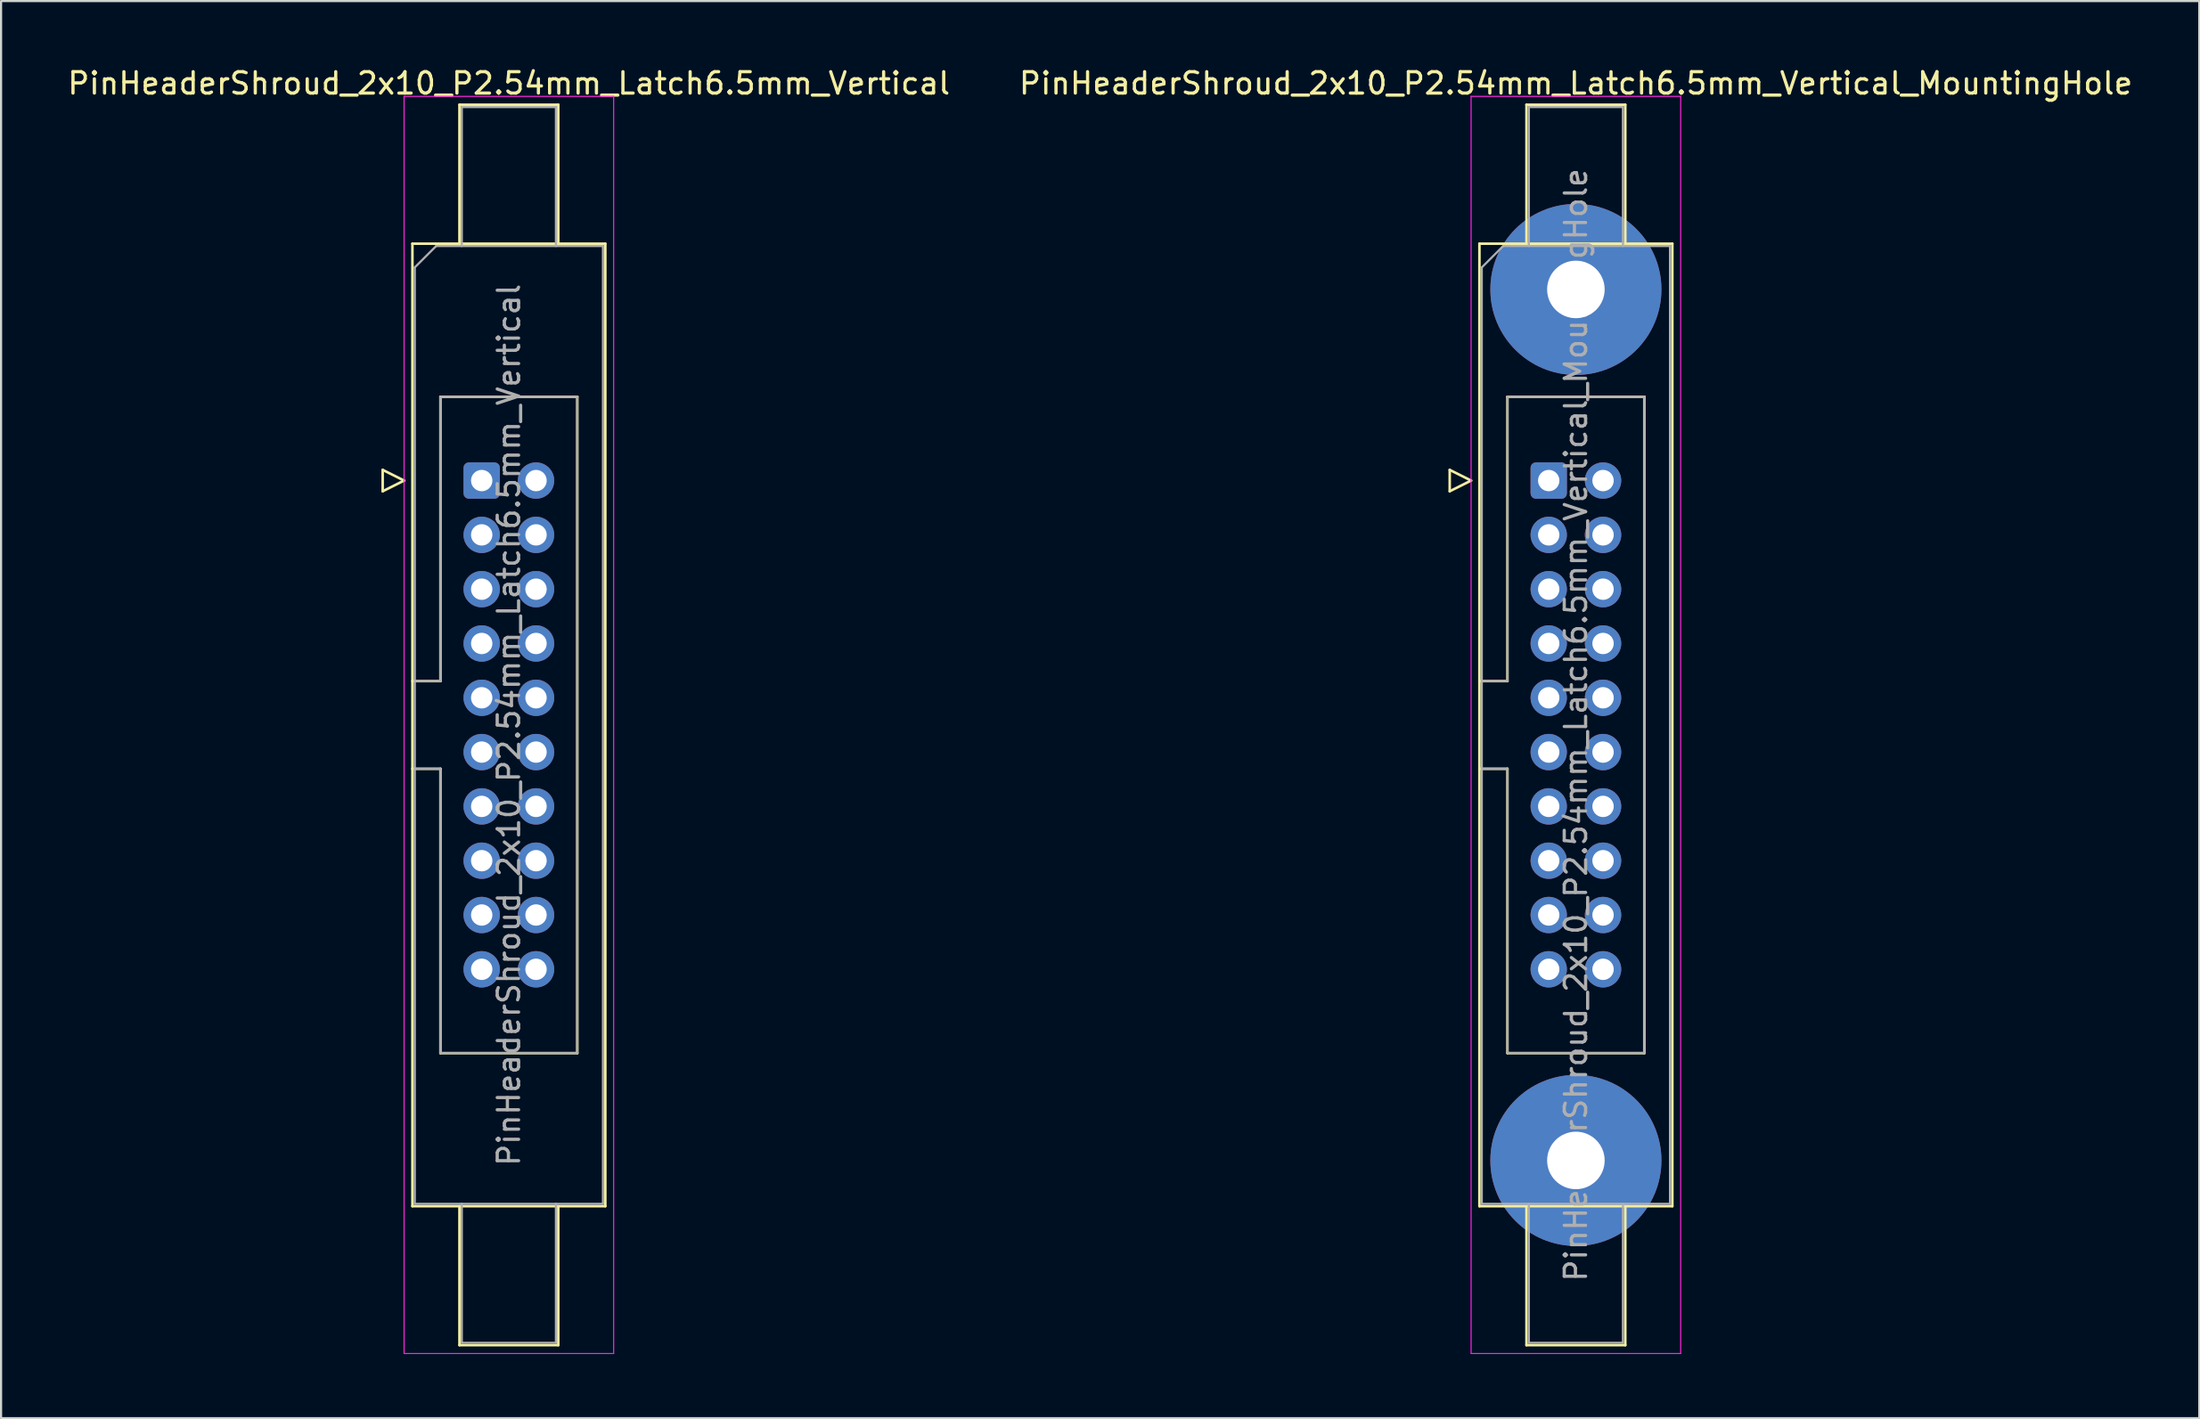
<source format=kicad_pcb>
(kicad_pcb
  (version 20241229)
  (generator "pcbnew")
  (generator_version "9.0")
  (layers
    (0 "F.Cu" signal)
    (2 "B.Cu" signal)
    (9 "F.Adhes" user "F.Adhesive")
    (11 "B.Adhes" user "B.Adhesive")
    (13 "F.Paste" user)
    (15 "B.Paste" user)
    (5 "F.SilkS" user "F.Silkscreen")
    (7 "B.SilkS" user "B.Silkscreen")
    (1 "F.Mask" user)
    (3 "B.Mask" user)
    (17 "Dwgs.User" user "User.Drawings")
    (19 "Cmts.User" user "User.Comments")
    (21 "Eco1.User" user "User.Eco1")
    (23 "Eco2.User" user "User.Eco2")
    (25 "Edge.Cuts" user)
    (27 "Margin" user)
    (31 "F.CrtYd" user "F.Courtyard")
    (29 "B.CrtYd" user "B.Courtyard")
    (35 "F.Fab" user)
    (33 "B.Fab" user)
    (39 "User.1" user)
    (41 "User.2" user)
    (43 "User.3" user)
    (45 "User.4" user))
  (footprint "PinHeaderShroud_2x10_P2.54mm_Latch6.5mm_Vertical_MountingHole"
    (layer "F.Cu")
    (at 69.367 19.428)
    (property "Reference" "PinHeaderShroud_2x10_P2.54mm_Latch6.5mm_Vertical_MountingHole" (at 1.27 -18.58 0) (layer "F.SilkS") (effects (font (size 1 1) (thickness 0.15))))
    (attr through_hole)
    (fp_line (start -4.63 -0.5) (end -4.63 0.5) (stroke (width 0.12) (type solid)) (layer "F.SilkS"))
    (fp_line (start -4.63 0.5) (end -3.63 0) (stroke (width 0.12) (type solid)) (layer "F.SilkS"))
    (fp_line (start -3.63 0) (end -4.63 -0.5) (stroke (width 0.12) (type solid)) (layer "F.SilkS"))
    (fp_line (start -3.24 -11.08) (end 5.78 -11.08) (stroke (width 0.12) (type solid)) (layer "F.SilkS"))
    (fp_line (start -3.24 9.38) (end -1.93 9.38) (stroke (width 0.12) (type solid)) (layer "F.SilkS"))
    (fp_line (start -3.24 13.48) (end -1.93 13.48) (stroke (width 0.12) (type solid)) (layer "F.SilkS"))
    (fp_line (start -3.24 33.94) (end -3.24 -11.08) (stroke (width 0.12) (type solid)) (layer "F.SilkS"))
    (fp_line (start -1.93 -3.92) (end 4.47 -3.92) (stroke (width 0.12) (type solid)) (layer "F.SilkS"))
    (fp_line (start -1.93 9.38) (end -1.93 -3.92) (stroke (width 0.12) (type solid)) (layer "F.SilkS"))
    (fp_line (start -1.93 26.78) (end -1.93 13.48) (stroke (width 0.12) (type solid)) (layer "F.SilkS"))
    (fp_line (start -1.04 -17.58) (end 3.58 -17.58) (stroke (width 0.12) (type solid)) (layer "F.SilkS"))
    (fp_line (start -1.04 -11.08) (end -1.04 -17.58) (stroke (width 0.12) (type solid)) (layer "F.SilkS"))
    (fp_line (start -1.04 33.94) (end -1.04 40.44) (stroke (width 0.12) (type solid)) (layer "F.SilkS"))
    (fp_line (start -1.04 40.44) (end 3.58 40.44) (stroke (width 0.12) (type solid)) (layer "F.SilkS"))
    (fp_line (start 3.58 -17.58) (end 3.58 -11.08) (stroke (width 0.12) (type solid)) (layer "F.SilkS"))
    (fp_line (start 3.58 40.44) (end 3.58 33.94) (stroke (width 0.12) (type solid)) (layer "F.SilkS"))
    (fp_line (start 4.47 -3.92) (end 4.47 26.78) (stroke (width 0.12) (type solid)) (layer "F.SilkS"))
    (fp_line (start 4.47 26.78) (end -1.93 26.78) (stroke (width 0.12) (type solid)) (layer "F.SilkS"))
    (fp_line (start 5.78 -11.08) (end 5.78 33.94) (stroke (width 0.12) (type solid)) (layer "F.SilkS"))
    (fp_line (start 5.78 33.94) (end -3.24 33.94) (stroke (width 0.12) (type solid)) (layer "F.SilkS"))
    (fp_line (start -3.63 -17.97) (end -3.63 40.83) (stroke (width 0.05) (type solid)) (layer "F.CrtYd"))
    (fp_line (start -3.63 40.83) (end 6.17 40.83) (stroke (width 0.05) (type solid)) (layer "F.CrtYd"))
    (fp_line (start 6.17 -17.97) (end -3.63 -17.97) (stroke (width 0.05) (type solid)) (layer "F.CrtYd"))
    (fp_line (start 6.17 40.83) (end 6.17 -17.97) (stroke (width 0.05) (type solid)) (layer "F.CrtYd"))
    (fp_line (start -3.13 -9.97) (end -2.13 -10.97) (stroke (width 0.1) (type solid)) (layer "F.Fab"))
    (fp_line (start -3.13 9.38) (end -1.93 9.38) (stroke (width 0.1) (type solid)) (layer "F.Fab"))
    (fp_line (start -3.13 13.48) (end -1.93 13.48) (stroke (width 0.1) (type solid)) (layer "F.Fab"))
    (fp_line (start -3.13 33.83) (end -3.13 -9.97) (stroke (width 0.1) (type solid)) (layer "F.Fab"))
    (fp_line (start -2.13 -10.97) (end 5.67 -10.97) (stroke (width 0.1) (type solid)) (layer "F.Fab"))
    (fp_line (start -1.93 -3.92) (end 4.47 -3.92) (stroke (width 0.1) (type solid)) (layer "F.Fab"))
    (fp_line (start -1.93 9.38) (end -1.93 -3.92) (stroke (width 0.1) (type solid)) (layer "F.Fab"))
    (fp_line (start -1.93 26.78) (end -1.93 13.48) (stroke (width 0.1) (type solid)) (layer "F.Fab"))
    (fp_line (start -0.93 -17.47) (end 3.47 -17.47) (stroke (width 0.1) (type solid)) (layer "F.Fab"))
    (fp_line (start -0.93 -10.97) (end -0.93 -17.47) (stroke (width 0.1) (type solid)) (layer "F.Fab"))
    (fp_line (start -0.93 33.83) (end -0.93 40.33) (stroke (width 0.1) (type solid)) (layer "F.Fab"))
    (fp_line (start -0.93 40.33) (end 3.47 40.33) (stroke (width 0.1) (type solid)) (layer "F.Fab"))
    (fp_line (start 3.47 -17.47) (end 3.47 -10.97) (stroke (width 0.1) (type solid)) (layer "F.Fab"))
    (fp_line (start 3.47 40.33) (end 3.47 33.83) (stroke (width 0.1) (type solid)) (layer "F.Fab"))
    (fp_line (start 4.47 -3.92) (end 4.47 26.78) (stroke (width 0.1) (type solid)) (layer "F.Fab"))
    (fp_line (start 4.47 26.78) (end -1.93 26.78) (stroke (width 0.1) (type solid)) (layer "F.Fab"))
    (fp_line (start 5.67 -10.97) (end 5.67 33.83) (stroke (width 0.1) (type solid)) (layer "F.Fab"))
    (fp_line (start 5.67 33.83) (end -3.13 33.83) (stroke (width 0.1) (type solid)) (layer "F.Fab"))
    (fp_text user "${REFERENCE}" (at 1.27 11.43 90) (layer "F.Fab") (effects (font (size 1 1) (thickness 0.15))))
    (pad "" thru_hole circle (at 1.27 -8.94) (size 8 8) (drill 2.69) (layers "*.Cu" "*.Mask"))
    (pad "" thru_hole circle (at 1.27 31.8) (size 8 8) (drill 2.69) (layers "*.Cu" "*.Mask"))
    (pad "1" thru_hole roundrect (at 0 0) (size 1.7 1.7) (drill 1) (layers "*.Cu" "*.Mask") (roundrect_rratio 0.147))
    (pad "2" thru_hole circle (at 2.54 0) (size 1.7 1.7) (drill 1) (layers "*.Cu" "*.Mask"))
    (pad "3" thru_hole circle (at 0 2.54) (size 1.7 1.7) (drill 1) (layers "*.Cu" "*.Mask"))
    (pad "4" thru_hole circle (at 2.54 2.54) (size 1.7 1.7) (drill 1) (layers "*.Cu" "*.Mask"))
    (pad "5" thru_hole circle (at 0 5.08) (size 1.7 1.7) (drill 1) (layers "*.Cu" "*.Mask"))
    (pad "6" thru_hole circle (at 2.54 5.08) (size 1.7 1.7) (drill 1) (layers "*.Cu" "*.Mask"))
    (pad "7" thru_hole circle (at 0 7.62) (size 1.7 1.7) (drill 1) (layers "*.Cu" "*.Mask"))
    (pad "8" thru_hole circle (at 2.54 7.62) (size 1.7 1.7) (drill 1) (layers "*.Cu" "*.Mask"))
    (pad "9" thru_hole circle (at 0 10.16) (size 1.7 1.7) (drill 1) (layers "*.Cu" "*.Mask"))
    (pad "10" thru_hole circle (at 2.54 10.16) (size 1.7 1.7) (drill 1) (layers "*.Cu" "*.Mask"))
    (pad "11" thru_hole circle (at 0 12.7) (size 1.7 1.7) (drill 1) (layers "*.Cu" "*.Mask"))
    (pad "12" thru_hole circle (at 2.54 12.7) (size 1.7 1.7) (drill 1) (layers "*.Cu" "*.Mask"))
    (pad "13" thru_hole circle (at 0 15.24) (size 1.7 1.7) (drill 1) (layers "*.Cu" "*.Mask"))
    (pad "14" thru_hole circle (at 2.54 15.24) (size 1.7 1.7) (drill 1) (layers "*.Cu" "*.Mask"))
    (pad "15" thru_hole circle (at 0 17.78) (size 1.7 1.7) (drill 1) (layers "*.Cu" "*.Mask"))
    (pad "16" thru_hole circle (at 2.54 17.78) (size 1.7 1.7) (drill 1) (layers "*.Cu" "*.Mask"))
    (pad "17" thru_hole circle (at 0 20.32) (size 1.7 1.7) (drill 1) (layers "*.Cu" "*.Mask"))
    (pad "18" thru_hole circle (at 2.54 20.32) (size 1.7 1.7) (drill 1) (layers "*.Cu" "*.Mask"))
    (pad "19" thru_hole circle (at 0 22.86) (size 1.7 1.7) (drill 1) (layers "*.Cu" "*.Mask"))
    (pad "20" thru_hole circle (at 2.54 22.86) (size 1.7 1.7) (drill 1) (layers "*.Cu" "*.Mask")))
  (footprint "PinHeaderShroud_2x10_P2.54mm_Latch6.5mm_Vertical"
    (layer "F.Cu")
    (at 19.474 19.428)
    (property "Reference" "PinHeaderShroud_2x10_P2.54mm_Latch6.5mm_Vertical" (at 1.27 -18.58 0) (layer "F.SilkS") (effects (font (size 1 1) (thickness 0.15))))
    (attr through_hole)
    (fp_line (start -4.63 -0.5) (end -4.63 0.5) (stroke (width 0.12) (type solid)) (layer "F.SilkS"))
    (fp_line (start -4.63 0.5) (end -3.63 0) (stroke (width 0.12) (type solid)) (layer "F.SilkS"))
    (fp_line (start -3.63 0) (end -4.63 -0.5) (stroke (width 0.12) (type solid)) (layer "F.SilkS"))
    (fp_line (start -3.24 -11.08) (end 5.78 -11.08) (stroke (width 0.12) (type solid)) (layer "F.SilkS"))
    (fp_line (start -3.24 9.38) (end -1.93 9.38) (stroke (width 0.12) (type solid)) (layer "F.SilkS"))
    (fp_line (start -3.24 13.48) (end -1.93 13.48) (stroke (width 0.12) (type solid)) (layer "F.SilkS"))
    (fp_line (start -3.24 33.94) (end -3.24 -11.08) (stroke (width 0.12) (type solid)) (layer "F.SilkS"))
    (fp_line (start -1.93 -3.92) (end 4.47 -3.92) (stroke (width 0.12) (type solid)) (layer "F.SilkS"))
    (fp_line (start -1.93 9.38) (end -1.93 -3.92) (stroke (width 0.12) (type solid)) (layer "F.SilkS"))
    (fp_line (start -1.93 26.78) (end -1.93 13.48) (stroke (width 0.12) (type solid)) (layer "F.SilkS"))
    (fp_line (start -1.04 -17.58) (end 3.58 -17.58) (stroke (width 0.12) (type solid)) (layer "F.SilkS"))
    (fp_line (start -1.04 -11.08) (end -1.04 -17.58) (stroke (width 0.12) (type solid)) (layer "F.SilkS"))
    (fp_line (start -1.04 33.94) (end -1.04 40.44) (stroke (width 0.12) (type solid)) (layer "F.SilkS"))
    (fp_line (start -1.04 40.44) (end 3.58 40.44) (stroke (width 0.12) (type solid)) (layer "F.SilkS"))
    (fp_line (start 3.58 -17.58) (end 3.58 -11.08) (stroke (width 0.12) (type solid)) (layer "F.SilkS"))
    (fp_line (start 3.58 40.44) (end 3.58 33.94) (stroke (width 0.12) (type solid)) (layer "F.SilkS"))
    (fp_line (start 4.47 -3.92) (end 4.47 26.78) (stroke (width 0.12) (type solid)) (layer "F.SilkS"))
    (fp_line (start 4.47 26.78) (end -1.93 26.78) (stroke (width 0.12) (type solid)) (layer "F.SilkS"))
    (fp_line (start 5.78 -11.08) (end 5.78 33.94) (stroke (width 0.12) (type solid)) (layer "F.SilkS"))
    (fp_line (start 5.78 33.94) (end -3.24 33.94) (stroke (width 0.12) (type solid)) (layer "F.SilkS"))
    (fp_line (start -3.63 -17.97) (end -3.63 40.83) (stroke (width 0.05) (type solid)) (layer "F.CrtYd"))
    (fp_line (start -3.63 40.83) (end 6.17 40.83) (stroke (width 0.05) (type solid)) (layer "F.CrtYd"))
    (fp_line (start 6.17 -17.97) (end -3.63 -17.97) (stroke (width 0.05) (type solid)) (layer "F.CrtYd"))
    (fp_line (start 6.17 40.83) (end 6.17 -17.97) (stroke (width 0.05) (type solid)) (layer "F.CrtYd"))
    (fp_line (start -3.13 -9.97) (end -2.13 -10.97) (stroke (width 0.1) (type solid)) (layer "F.Fab"))
    (fp_line (start -3.13 9.38) (end -1.93 9.38) (stroke (width 0.1) (type solid)) (layer "F.Fab"))
    (fp_line (start -3.13 13.48) (end -1.93 13.48) (stroke (width 0.1) (type solid)) (layer "F.Fab"))
    (fp_line (start -3.13 33.83) (end -3.13 -9.97) (stroke (width 0.1) (type solid)) (layer "F.Fab"))
    (fp_line (start -2.13 -10.97) (end 5.67 -10.97) (stroke (width 0.1) (type solid)) (layer "F.Fab"))
    (fp_line (start -1.93 -3.92) (end 4.47 -3.92) (stroke (width 0.1) (type solid)) (layer "F.Fab"))
    (fp_line (start -1.93 9.38) (end -1.93 -3.92) (stroke (width 0.1) (type solid)) (layer "F.Fab"))
    (fp_line (start -1.93 26.78) (end -1.93 13.48) (stroke (width 0.1) (type solid)) (layer "F.Fab"))
    (fp_line (start -0.93 -17.47) (end 3.47 -17.47) (stroke (width 0.1) (type solid)) (layer "F.Fab"))
    (fp_line (start -0.93 -10.97) (end -0.93 -17.47) (stroke (width 0.1) (type solid)) (layer "F.Fab"))
    (fp_line (start -0.93 33.83) (end -0.93 40.33) (stroke (width 0.1) (type solid)) (layer "F.Fab"))
    (fp_line (start -0.93 40.33) (end 3.47 40.33) (stroke (width 0.1) (type solid)) (layer "F.Fab"))
    (fp_line (start 3.47 -17.47) (end 3.47 -10.97) (stroke (width 0.1) (type solid)) (layer "F.Fab"))
    (fp_line (start 3.47 40.33) (end 3.47 33.83) (stroke (width 0.1) (type solid)) (layer "F.Fab"))
    (fp_line (start 4.47 -3.92) (end 4.47 26.78) (stroke (width 0.1) (type solid)) (layer "F.Fab"))
    (fp_line (start 4.47 26.78) (end -1.93 26.78) (stroke (width 0.1) (type solid)) (layer "F.Fab"))
    (fp_line (start 5.67 -10.97) (end 5.67 33.83) (stroke (width 0.1) (type solid)) (layer "F.Fab"))
    (fp_line (start 5.67 33.83) (end -3.13 33.83) (stroke (width 0.1) (type solid)) (layer "F.Fab"))
    (fp_text user "${REFERENCE}" (at 1.27 11.43 90) (layer "F.Fab") (effects (font (size 1 1) (thickness 0.15))))
    (pad "1" thru_hole roundrect (at 0 0) (size 1.7 1.7) (drill 1) (layers "*.Cu" "*.Mask") (roundrect_rratio 0.147))
    (pad "2" thru_hole circle (at 2.54 0) (size 1.7 1.7) (drill 1) (layers "*.Cu" "*.Mask"))
    (pad "3" thru_hole circle (at 0 2.54) (size 1.7 1.7) (drill 1) (layers "*.Cu" "*.Mask"))
    (pad "4" thru_hole circle (at 2.54 2.54) (size 1.7 1.7) (drill 1) (layers "*.Cu" "*.Mask"))
    (pad "5" thru_hole circle (at 0 5.08) (size 1.7 1.7) (drill 1) (layers "*.Cu" "*.Mask"))
    (pad "6" thru_hole circle (at 2.54 5.08) (size 1.7 1.7) (drill 1) (layers "*.Cu" "*.Mask"))
    (pad "7" thru_hole circle (at 0 7.62) (size 1.7 1.7) (drill 1) (layers "*.Cu" "*.Mask"))
    (pad "8" thru_hole circle (at 2.54 7.62) (size 1.7 1.7) (drill 1) (layers "*.Cu" "*.Mask"))
    (pad "9" thru_hole circle (at 0 10.16) (size 1.7 1.7) (drill 1) (layers "*.Cu" "*.Mask"))
    (pad "10" thru_hole circle (at 2.54 10.16) (size 1.7 1.7) (drill 1) (layers "*.Cu" "*.Mask"))
    (pad "11" thru_hole circle (at 0 12.7) (size 1.7 1.7) (drill 1) (layers "*.Cu" "*.Mask"))
    (pad "12" thru_hole circle (at 2.54 12.7) (size 1.7 1.7) (drill 1) (layers "*.Cu" "*.Mask"))
    (pad "13" thru_hole circle (at 0 15.24) (size 1.7 1.7) (drill 1) (layers "*.Cu" "*.Mask"))
    (pad "14" thru_hole circle (at 2.54 15.24) (size 1.7 1.7) (drill 1) (layers "*.Cu" "*.Mask"))
    (pad "15" thru_hole circle (at 0 17.78) (size 1.7 1.7) (drill 1) (layers "*.Cu" "*.Mask"))
    (pad "16" thru_hole circle (at 2.54 17.78) (size 1.7 1.7) (drill 1) (layers "*.Cu" "*.Mask"))
    (pad "17" thru_hole circle (at 0 20.32) (size 1.7 1.7) (drill 1) (layers "*.Cu" "*.Mask"))
    (pad "18" thru_hole circle (at 2.54 20.32) (size 1.7 1.7) (drill 1) (layers "*.Cu" "*.Mask"))
    (pad "19" thru_hole circle (at 0 22.86) (size 1.7 1.7) (drill 1) (layers "*.Cu" "*.Mask"))
    (pad "20" thru_hole circle (at 2.54 22.86) (size 1.7 1.7) (drill 1) (layers "*.Cu" "*.Mask")))
  (gr_rect
    (start -3 -3)
    (end 99.786 63.283)
    (stroke (width 0.1) (type default))
    (fill no)
    (layer "Edge.Cuts")))
</source>
